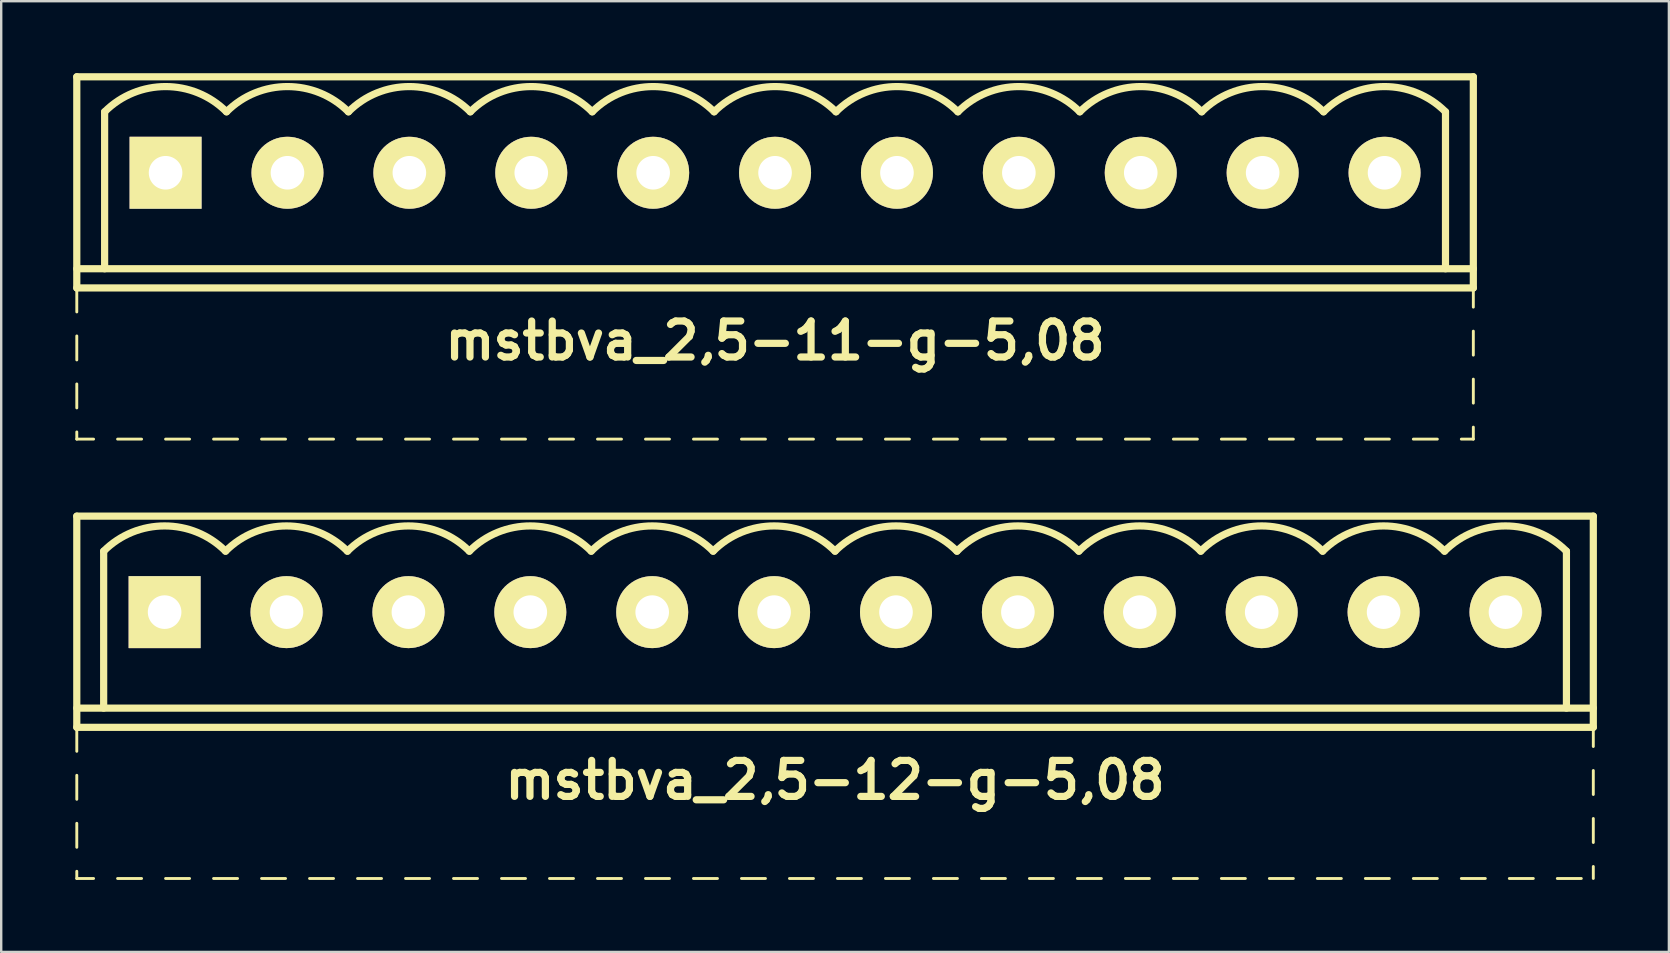
<source format=kicad_pcb>
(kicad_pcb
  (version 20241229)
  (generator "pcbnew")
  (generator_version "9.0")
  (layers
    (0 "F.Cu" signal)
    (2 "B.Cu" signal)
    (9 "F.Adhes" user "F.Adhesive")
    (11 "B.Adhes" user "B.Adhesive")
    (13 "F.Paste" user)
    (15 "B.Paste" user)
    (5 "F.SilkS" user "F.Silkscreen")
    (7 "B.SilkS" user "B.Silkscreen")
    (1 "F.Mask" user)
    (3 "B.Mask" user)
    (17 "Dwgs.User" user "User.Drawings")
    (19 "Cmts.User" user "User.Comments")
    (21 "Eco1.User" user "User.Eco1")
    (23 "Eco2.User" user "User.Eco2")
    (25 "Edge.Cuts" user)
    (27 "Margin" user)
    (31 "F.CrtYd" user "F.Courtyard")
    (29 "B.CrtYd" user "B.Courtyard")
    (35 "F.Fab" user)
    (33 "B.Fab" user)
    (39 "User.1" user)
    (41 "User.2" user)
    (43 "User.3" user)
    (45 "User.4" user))
  (footprint "mstbva_2,5-12-g-5,08"
    (layer "F.Cu")
    (at 31.75 22.46)
    (property "Reference" "mstbva_2,5-12-g-5,08" (at 0 7 0) (layer "F.SilkS") (effects (font (size 1.5 1.5) (thickness 0.3))))
    (attr through_hole)
    (fp_line (start -31.6 -4) (end -31.6 4.8) (stroke (width 0.3) (type solid)) (layer "F.SilkS"))
    (fp_line (start -31.6 4) (end 31.6 4) (stroke (width 0.3) (type solid)) (layer "F.SilkS"))
    (fp_line (start -31.6 4.8) (end -31.6 5.8) (stroke (width 0.12) (type solid)) (layer "F.SilkS"))
    (fp_line (start -31.6 6.8) (end -31.6 7.8) (stroke (width 0.12) (type solid)) (layer "F.SilkS"))
    (fp_line (start -31.6 8.8) (end -31.6 9.8) (stroke (width 0.12) (type solid)) (layer "F.SilkS"))
    (fp_line (start -31.6 10.8) (end -31.6 11.1) (stroke (width 0.12) (type solid)) (layer "F.SilkS"))
    (fp_line (start -31.6 11.1) (end -30.9 11.1) (stroke (width 0.12) (type solid)) (layer "F.SilkS"))
    (fp_line (start -30.48 -2.54) (end -30.48 4) (stroke (width 0.3) (type solid)) (layer "F.SilkS"))
    (fp_line (start -29.9 11.1) (end -28.9 11.1) (stroke (width 0.12) (type solid)) (layer "F.SilkS"))
    (fp_line (start -27.9 11.1) (end -26.9 11.1) (stroke (width 0.12) (type solid)) (layer "F.SilkS"))
    (fp_line (start -25.9 11.1) (end -24.9 11.1) (stroke (width 0.12) (type solid)) (layer "F.SilkS"))
    (fp_line (start -23.9 11.1) (end -22.9 11.1) (stroke (width 0.12) (type solid)) (layer "F.SilkS"))
    (fp_line (start -21.9 11.1) (end -20.9 11.1) (stroke (width 0.12) (type solid)) (layer "F.SilkS"))
    (fp_line (start -19.9 11.1) (end -18.9 11.1) (stroke (width 0.12) (type solid)) (layer "F.SilkS"))
    (fp_line (start -17.9 11.1) (end -16.9 11.1) (stroke (width 0.12) (type solid)) (layer "F.SilkS"))
    (fp_line (start -15.9 11.1) (end -14.9 11.1) (stroke (width 0.12) (type solid)) (layer "F.SilkS"))
    (fp_line (start -13.9 11.1) (end -12.9 11.1) (stroke (width 0.12) (type solid)) (layer "F.SilkS"))
    (fp_line (start -11.9 11.1) (end -10.9 11.1) (stroke (width 0.12) (type solid)) (layer "F.SilkS"))
    (fp_line (start -9.9 11.1) (end -8.9 11.1) (stroke (width 0.12) (type solid)) (layer "F.SilkS"))
    (fp_line (start -7.9 11.1) (end -6.9 11.1) (stroke (width 0.12) (type solid)) (layer "F.SilkS"))
    (fp_line (start -5.9 11.1) (end -4.9 11.1) (stroke (width 0.12) (type solid)) (layer "F.SilkS"))
    (fp_line (start -3.9 11.1) (end -2.9 11.1) (stroke (width 0.12) (type solid)) (layer "F.SilkS"))
    (fp_line (start -1.9 11.1) (end -0.9 11.1) (stroke (width 0.12) (type solid)) (layer "F.SilkS"))
    (fp_line (start 0.1 11.1) (end 1.1 11.1) (stroke (width 0.12) (type solid)) (layer "F.SilkS"))
    (fp_line (start 2.1 11.1) (end 3.1 11.1) (stroke (width 0.12) (type solid)) (layer "F.SilkS"))
    (fp_line (start 4.1 11.1) (end 5.1 11.1) (stroke (width 0.12) (type solid)) (layer "F.SilkS"))
    (fp_line (start 6.1 11.1) (end 7.1 11.1) (stroke (width 0.12) (type solid)) (layer "F.SilkS"))
    (fp_line (start 8.1 11.1) (end 9.1 11.1) (stroke (width 0.12) (type solid)) (layer "F.SilkS"))
    (fp_line (start 10.1 11.1) (end 11.1 11.1) (stroke (width 0.12) (type solid)) (layer "F.SilkS"))
    (fp_line (start 12.1 11.1) (end 13.1 11.1) (stroke (width 0.12) (type solid)) (layer "F.SilkS"))
    (fp_line (start 14.1 11.1) (end 15.1 11.1) (stroke (width 0.12) (type solid)) (layer "F.SilkS"))
    (fp_line (start 16.1 11.1) (end 17.1 11.1) (stroke (width 0.12) (type solid)) (layer "F.SilkS"))
    (fp_line (start 18.1 11.1) (end 19.1 11.1) (stroke (width 0.12) (type solid)) (layer "F.SilkS"))
    (fp_line (start 20.1 11.1) (end 21.1 11.1) (stroke (width 0.12) (type solid)) (layer "F.SilkS"))
    (fp_line (start 22.1 11.1) (end 23.1 11.1) (stroke (width 0.12) (type solid)) (layer "F.SilkS"))
    (fp_line (start 24.1 11.1) (end 25.1 11.1) (stroke (width 0.12) (type solid)) (layer "F.SilkS"))
    (fp_line (start 26.1 11.1) (end 27.1 11.1) (stroke (width 0.12) (type solid)) (layer "F.SilkS"))
    (fp_line (start 28.1 11.1) (end 29.1 11.1) (stroke (width 0.12) (type solid)) (layer "F.SilkS"))
    (fp_line (start 30.1 11.1) (end 31.1 11.1) (stroke (width 0.12) (type solid)) (layer "F.SilkS"))
    (fp_line (start 30.48 -2.54) (end 30.48 4) (stroke (width 0.3) (type solid)) (layer "F.SilkS"))
    (fp_line (start 31.6 -4) (end -31.6 -4) (stroke (width 0.3) (type solid)) (layer "F.SilkS"))
    (fp_line (start 31.6 4.8) (end -31.6 4.8) (stroke (width 0.3) (type solid)) (layer "F.SilkS"))
    (fp_line (start 31.6 4.8) (end 31.6 -4) (stroke (width 0.3) (type solid)) (layer "F.SilkS"))
    (fp_line (start 31.6 5.6) (end 31.6 4.8) (stroke (width 0.12) (type solid)) (layer "F.SilkS"))
    (fp_line (start 31.6 7.6) (end 31.6 6.6) (stroke (width 0.12) (type solid)) (layer "F.SilkS"))
    (fp_line (start 31.6 9.6) (end 31.6 8.6) (stroke (width 0.12) (type solid)) (layer "F.SilkS"))
    (fp_line (start 31.6 10.6) (end 31.6 11.1) (stroke (width 0.12) (type solid)) (layer "F.SilkS"))
    (fp_arc (start -30.48 -2.54) (mid -27.94 -3.592102) (end -25.4 -2.54) (stroke (width 0.3) (type solid)) (layer "F.SilkS"))
    (fp_arc (start -25.4 -2.54) (mid -22.86 -3.592102) (end -20.32 -2.54) (stroke (width 0.3) (type solid)) (layer "F.SilkS"))
    (fp_arc (start -20.32 -2.54) (mid -17.78 -3.592102) (end -15.24 -2.54) (stroke (width 0.3) (type solid)) (layer "F.SilkS"))
    (fp_arc (start -15.24 -2.54) (mid -12.7 -3.592102) (end -10.16 -2.54) (stroke (width 0.3) (type solid)) (layer "F.SilkS"))
    (fp_arc (start -10.16 -2.54) (mid -7.62 -3.592102) (end -5.08 -2.54) (stroke (width 0.3) (type solid)) (layer "F.SilkS"))
    (fp_arc (start -5.08 -2.54) (mid -2.54 -3.592102) (end 0 -2.54) (stroke (width 0.3) (type solid)) (layer "F.SilkS"))
    (fp_arc (start 0 -2.54) (mid 2.54 -3.592102) (end 5.08 -2.54) (stroke (width 0.3) (type solid)) (layer "F.SilkS"))
    (fp_arc (start 5.08 -2.54) (mid 7.62 -3.592102) (end 10.16 -2.54) (stroke (width 0.3) (type solid)) (layer "F.SilkS"))
    (fp_arc (start 10.16 -2.54) (mid 12.7 -3.592102) (end 15.24 -2.54) (stroke (width 0.3) (type solid)) (layer "F.SilkS"))
    (fp_arc (start 15.24 -2.54) (mid 17.78 -3.592102) (end 20.32 -2.54) (stroke (width 0.3) (type solid)) (layer "F.SilkS"))
    (fp_arc (start 20.32 -2.54) (mid 22.86 -3.592102) (end 25.4 -2.54) (stroke (width 0.3) (type solid)) (layer "F.SilkS"))
    (fp_arc (start 25.4 -2.54) (mid 27.94 -3.592102) (end 30.48 -2.54) (stroke (width 0.3) (type solid)) (layer "F.SilkS"))
    (pad "1" thru_hole rect (at -27.94 0) (size 3 3) (drill 1.4) (layers "*.Cu" "*.Mask" "F.SilkS"))
    (pad "2" thru_hole circle (at -22.86 0) (size 3 3) (drill 1.4) (layers "*.Cu" "*.Mask" "F.SilkS"))
    (pad "3" thru_hole circle (at -17.78 0) (size 3 3) (drill 1.4) (layers "*.Cu" "*.Mask" "F.SilkS"))
    (pad "4" thru_hole circle (at -12.7 0) (size 3 3) (drill 1.4) (layers "*.Cu" "*.Mask" "F.SilkS"))
    (pad "5" thru_hole circle (at -7.62 0) (size 3 3) (drill 1.4) (layers "*.Cu" "*.Mask" "F.SilkS"))
    (pad "6" thru_hole circle (at -2.54 0) (size 3 3) (drill 1.4) (layers "*.Cu" "*.Mask" "F.SilkS"))
    (pad "7" thru_hole circle (at 2.54 0) (size 3 3) (drill 1.4) (layers "*.Cu" "*.Mask" "F.SilkS"))
    (pad "8" thru_hole circle (at 7.62 0) (size 3 3) (drill 1.4) (layers "*.Cu" "*.Mask" "F.SilkS"))
    (pad "9" thru_hole circle (at 12.7 0) (size 3 3) (drill 1.4) (layers "*.Cu" "*.Mask" "F.SilkS"))
    (pad "10" thru_hole circle (at 17.78 0) (size 3 3) (drill 1.4) (layers "*.Cu" "*.Mask" "F.SilkS"))
    (pad "11" thru_hole circle (at 22.86 0) (size 3 3) (drill 1.4) (layers "*.Cu" "*.Mask" "F.SilkS"))
    (pad "12" thru_hole circle (at 27.94 0) (size 3 3) (drill 1.4) (layers "*.Cu" "*.Mask" "F.SilkS")))
  (footprint "mstbva_2,5-11-g-5,08"
    (layer "F.Cu")
    (at 29.25 4.15)
    (property "Reference" "mstbva_2,5-11-g-5,08" (at 0 7 0) (layer "F.SilkS") (effects (font (size 1.5 1.5) (thickness 0.3))))
    (attr through_hole)
    (fp_line (start -29.1 -4) (end -29.1 4.8) (stroke (width 0.3) (type solid)) (layer "F.SilkS"))
    (fp_line (start -29.1 4) (end 29.1 4) (stroke (width 0.3) (type solid)) (layer "F.SilkS"))
    (fp_line (start -29.1 4.8) (end -29.1 5.8) (stroke (width 0.12) (type solid)) (layer "F.SilkS"))
    (fp_line (start -29.1 6.8) (end -29.1 7.8) (stroke (width 0.12) (type solid)) (layer "F.SilkS"))
    (fp_line (start -29.1 8.8) (end -29.1 9.8) (stroke (width 0.12) (type solid)) (layer "F.SilkS"))
    (fp_line (start -29.1 10.8) (end -29.1 11.1) (stroke (width 0.12) (type solid)) (layer "F.SilkS"))
    (fp_line (start -29.1 11.1) (end -28.4 11.1) (stroke (width 0.12) (type solid)) (layer "F.SilkS"))
    (fp_line (start -27.94 -2.54) (end -27.94 4) (stroke (width 0.3) (type solid)) (layer "F.SilkS"))
    (fp_line (start -27.4 11.1) (end -26.4 11.1) (stroke (width 0.12) (type solid)) (layer "F.SilkS"))
    (fp_line (start -25.4 11.1) (end -24.4 11.1) (stroke (width 0.12) (type solid)) (layer "F.SilkS"))
    (fp_line (start -23.4 11.1) (end -22.4 11.1) (stroke (width 0.12) (type solid)) (layer "F.SilkS"))
    (fp_line (start -21.4 11.1) (end -20.4 11.1) (stroke (width 0.12) (type solid)) (layer "F.SilkS"))
    (fp_line (start -19.4 11.1) (end -18.4 11.1) (stroke (width 0.12) (type solid)) (layer "F.SilkS"))
    (fp_line (start -17.4 11.1) (end -16.4 11.1) (stroke (width 0.12) (type solid)) (layer "F.SilkS"))
    (fp_line (start -15.4 11.1) (end -14.4 11.1) (stroke (width 0.12) (type solid)) (layer "F.SilkS"))
    (fp_line (start -13.4 11.1) (end -12.4 11.1) (stroke (width 0.12) (type solid)) (layer "F.SilkS"))
    (fp_line (start -11.4 11.1) (end -10.4 11.1) (stroke (width 0.12) (type solid)) (layer "F.SilkS"))
    (fp_line (start -9.4 11.1) (end -8.4 11.1) (stroke (width 0.12) (type solid)) (layer "F.SilkS"))
    (fp_line (start -7.4 11.1) (end -6.4 11.1) (stroke (width 0.12) (type solid)) (layer "F.SilkS"))
    (fp_line (start -5.4 11.1) (end -4.4 11.1) (stroke (width 0.12) (type solid)) (layer "F.SilkS"))
    (fp_line (start -3.4 11.1) (end -2.4 11.1) (stroke (width 0.12) (type solid)) (layer "F.SilkS"))
    (fp_line (start -1.4 11.1) (end -0.4 11.1) (stroke (width 0.12) (type solid)) (layer "F.SilkS"))
    (fp_line (start 0.6 11.1) (end 1.6 11.1) (stroke (width 0.12) (type solid)) (layer "F.SilkS"))
    (fp_line (start 2.6 11.1) (end 3.6 11.1) (stroke (width 0.12) (type solid)) (layer "F.SilkS"))
    (fp_line (start 4.6 11.1) (end 5.6 11.1) (stroke (width 0.12) (type solid)) (layer "F.SilkS"))
    (fp_line (start 6.6 11.1) (end 7.6 11.1) (stroke (width 0.12) (type solid)) (layer "F.SilkS"))
    (fp_line (start 8.6 11.1) (end 9.6 11.1) (stroke (width 0.12) (type solid)) (layer "F.SilkS"))
    (fp_line (start 10.6 11.1) (end 11.6 11.1) (stroke (width 0.12) (type solid)) (layer "F.SilkS"))
    (fp_line (start 12.6 11.1) (end 13.6 11.1) (stroke (width 0.12) (type solid)) (layer "F.SilkS"))
    (fp_line (start 14.6 11.1) (end 15.6 11.1) (stroke (width 0.12) (type solid)) (layer "F.SilkS"))
    (fp_line (start 16.6 11.1) (end 17.6 11.1) (stroke (width 0.12) (type solid)) (layer "F.SilkS"))
    (fp_line (start 18.6 11.1) (end 19.6 11.1) (stroke (width 0.12) (type solid)) (layer "F.SilkS"))
    (fp_line (start 20.6 11.1) (end 21.6 11.1) (stroke (width 0.12) (type solid)) (layer "F.SilkS"))
    (fp_line (start 22.6 11.1) (end 23.6 11.1) (stroke (width 0.12) (type solid)) (layer "F.SilkS"))
    (fp_line (start 24.6 11.1) (end 25.6 11.1) (stroke (width 0.12) (type solid)) (layer "F.SilkS"))
    (fp_line (start 26.6 11.1) (end 27.6 11.1) (stroke (width 0.12) (type solid)) (layer "F.SilkS"))
    (fp_line (start 27.94 -2.54) (end 27.94 4) (stroke (width 0.3) (type solid)) (layer "F.SilkS"))
    (fp_line (start 28.6 11.1) (end 29.1 11.1) (stroke (width 0.12) (type solid)) (layer "F.SilkS"))
    (fp_line (start 29.1 -4) (end -29.1 -4) (stroke (width 0.3) (type solid)) (layer "F.SilkS"))
    (fp_line (start 29.1 4.8) (end -29.1 4.8) (stroke (width 0.3) (type solid)) (layer "F.SilkS"))
    (fp_line (start 29.1 4.8) (end 29.1 -4) (stroke (width 0.3) (type solid)) (layer "F.SilkS"))
    (fp_line (start 29.1 5.6) (end 29.1 4.8) (stroke (width 0.12) (type solid)) (layer "F.SilkS"))
    (fp_line (start 29.1 7.6) (end 29.1 6.6) (stroke (width 0.12) (type solid)) (layer "F.SilkS"))
    (fp_line (start 29.1 9.6) (end 29.1 8.6) (stroke (width 0.12) (type solid)) (layer "F.SilkS"))
    (fp_line (start 29.1 11.1) (end 29.1 10.6) (stroke (width 0.12) (type solid)) (layer "F.SilkS"))
    (fp_arc (start -27.94 -2.54) (mid -25.4 -3.592102) (end -22.86 -2.54) (stroke (width 0.3) (type solid)) (layer "F.SilkS"))
    (fp_arc (start -22.86 -2.54) (mid -20.32 -3.592102) (end -17.78 -2.54) (stroke (width 0.3) (type solid)) (layer "F.SilkS"))
    (fp_arc (start -17.78 -2.54) (mid -15.24 -3.592102) (end -12.7 -2.54) (stroke (width 0.3) (type solid)) (layer "F.SilkS"))
    (fp_arc (start -12.7 -2.54) (mid -10.16 -3.592102) (end -7.62 -2.54) (stroke (width 0.3) (type solid)) (layer "F.SilkS"))
    (fp_arc (start -7.62 -2.54) (mid -5.08 -3.592102) (end -2.54 -2.54) (stroke (width 0.3) (type solid)) (layer "F.SilkS"))
    (fp_arc (start -2.54 -2.54) (mid 0 -3.592102) (end 2.54 -2.54) (stroke (width 0.3) (type solid)) (layer "F.SilkS"))
    (fp_arc (start 2.54 -2.54) (mid 5.08 -3.592102) (end 7.62 -2.54) (stroke (width 0.3) (type solid)) (layer "F.SilkS"))
    (fp_arc (start 7.62 -2.54) (mid 10.16 -3.592102) (end 12.7 -2.54) (stroke (width 0.3) (type solid)) (layer "F.SilkS"))
    (fp_arc (start 12.7 -2.54) (mid 15.24 -3.592102) (end 17.78 -2.54) (stroke (width 0.3) (type solid)) (layer "F.SilkS"))
    (fp_arc (start 17.78 -2.54) (mid 20.32 -3.592102) (end 22.86 -2.54) (stroke (width 0.3) (type solid)) (layer "F.SilkS"))
    (fp_arc (start 22.86 -2.54) (mid 25.4 -3.592102) (end 27.94 -2.54) (stroke (width 0.3) (type solid)) (layer "F.SilkS"))
    (pad "1" thru_hole rect (at -25.4 0) (size 3 3) (drill 1.4) (layers "*.Cu" "*.Mask" "F.SilkS"))
    (pad "2" thru_hole circle (at -20.32 0) (size 3 3) (drill 1.4) (layers "*.Cu" "*.Mask" "F.SilkS"))
    (pad "3" thru_hole circle (at -15.24 0) (size 3 3) (drill 1.4) (layers "*.Cu" "*.Mask" "F.SilkS"))
    (pad "4" thru_hole circle (at -10.16 0) (size 3 3) (drill 1.4) (layers "*.Cu" "*.Mask" "F.SilkS"))
    (pad "5" thru_hole circle (at -5.08 0) (size 3 3) (drill 1.4) (layers "*.Cu" "*.Mask" "F.SilkS"))
    (pad "6" thru_hole circle (at 0 0) (size 3 3) (drill 1.4) (layers "*.Cu" "*.Mask" "F.SilkS"))
    (pad "7" thru_hole circle (at 5.08 0) (size 3 3) (drill 1.4) (layers "*.Cu" "*.Mask" "F.SilkS"))
    (pad "8" thru_hole circle (at 10.16 0) (size 3 3) (drill 1.4) (layers "*.Cu" "*.Mask" "F.SilkS"))
    (pad "9" thru_hole circle (at 15.24 0) (size 3 3) (drill 1.4) (layers "*.Cu" "*.Mask" "F.SilkS"))
    (pad "10" thru_hole circle (at 20.32 0) (size 3 3) (drill 1.4) (layers "*.Cu" "*.Mask" "F.SilkS"))
    (pad "11" thru_hole circle (at 25.4 0) (size 3 3) (drill 1.4) (layers "*.Cu" "*.Mask" "F.SilkS")))
  (gr_rect
    (start -3 -3)
    (end 66.5 36.62)
    (stroke (width 0.1) (type default))
    (fill no)
    (layer "Edge.Cuts")))
</source>
